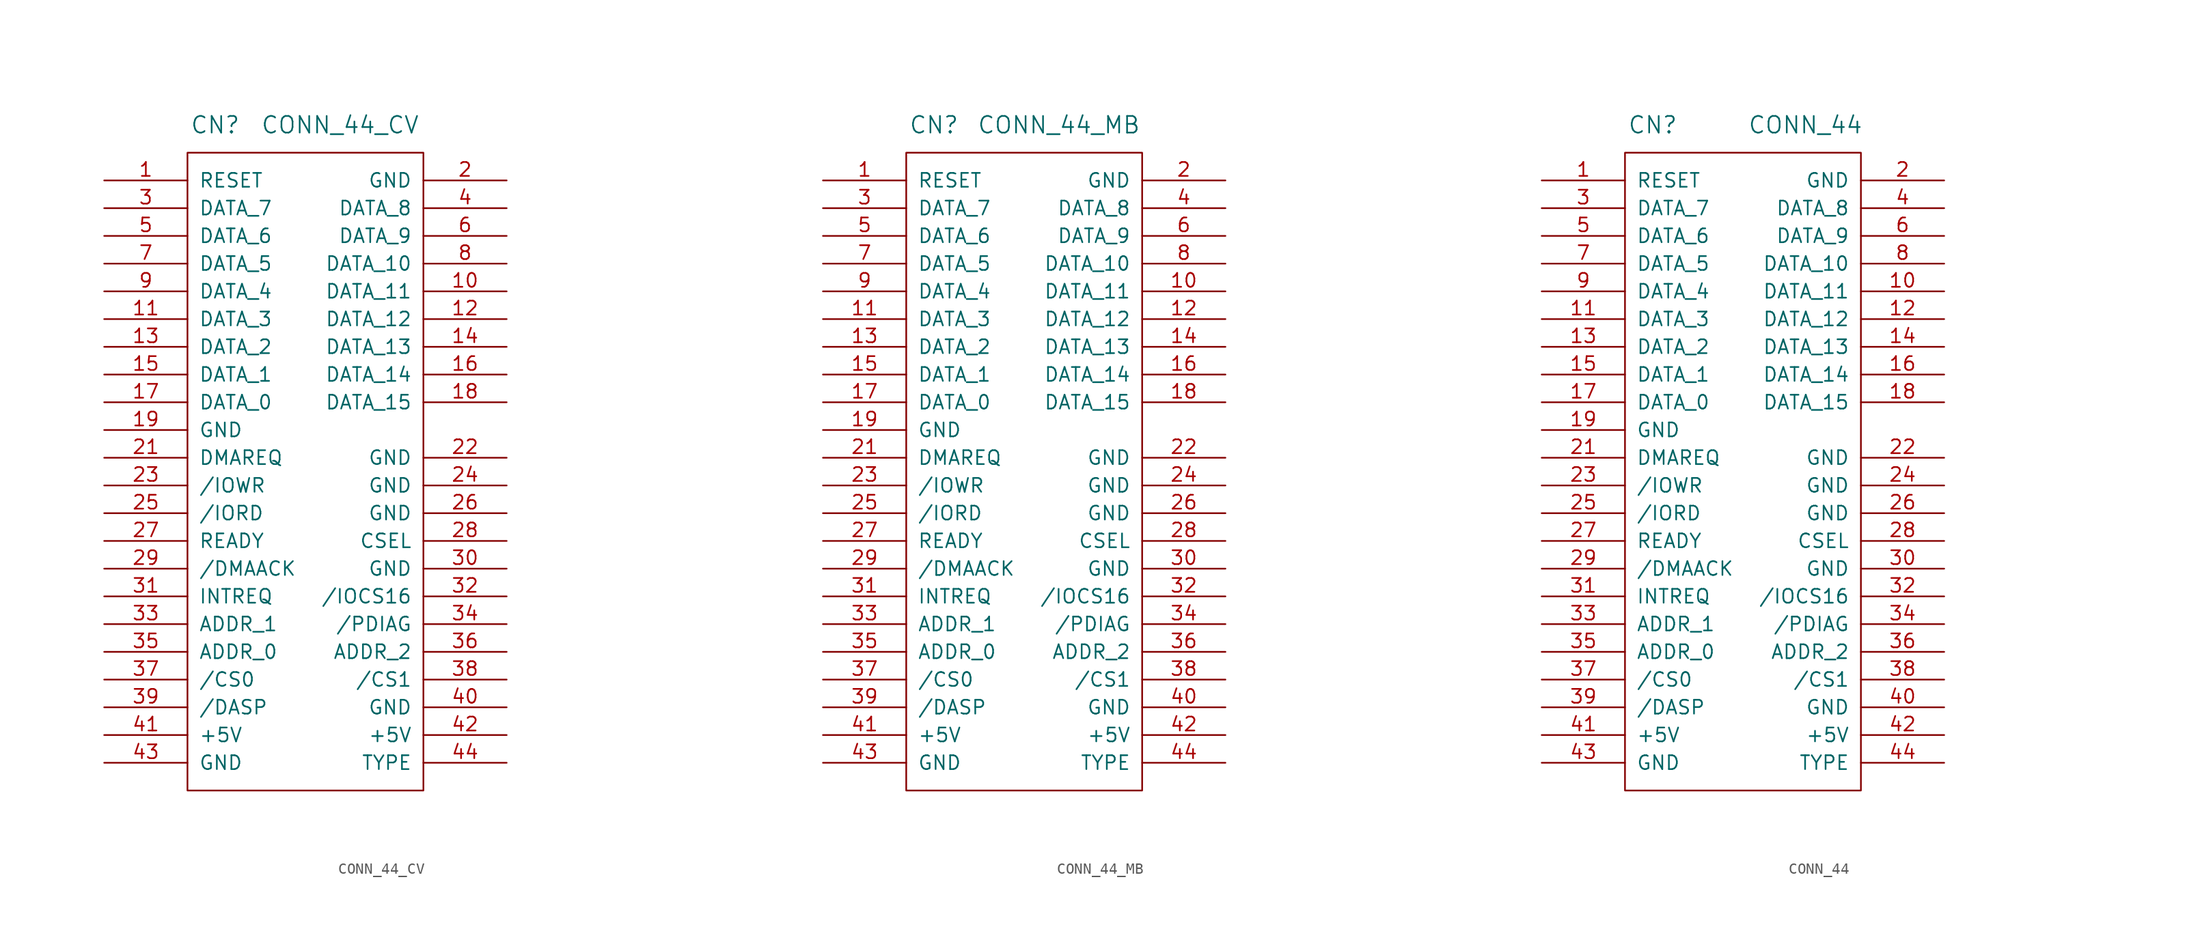
<source format=kicad_sym>
(kicad_symbol_lib
  (version 20211014)
  (generator kicad_symbol_editor)
  (symbol "CONN_44_CV"
    (pin_names
      (offset 1.016))
    (property "Reference" "CN"
      (at -7.62 29.21 0)
      (effects (font (size 1.524 1.524))))
    (property "Value" "CONN_44_CV"
      (at 3.81 29.21 0)
      (effects (font (size 1.524 1.524))))
    (property "Footprint" ""
      (at 33.02 27.94 0)
      (effects (font (size 1.524 1.524))))
    (property "Datasheet" ""
      (at 33.02 27.94 0)
      (effects (font (size 1.524 1.524))))
    (symbol "CONN_44_CV_0_1"
      (rectangle (start -10.16 -31.75) (end 11.43 26.67) (stroke (width 0) (type default) (color 0 0 0 0)) (fill (type none))))
    (symbol "CONN_44_CV_1_1"
      (pin passive line (at -17.78 24.13 0) (length 7.62) (name "RESET" (effects (font (size 1.27 1.27)))) (number "1" (effects (font (size 1.27 1.27)))))
      (pin passive line (at 19.05 13.97 180) (length 7.62) (name "DATA_11" (effects (font (size 1.27 1.27)))) (number "10" (effects (font (size 1.27 1.27)))))
      (pin passive line (at -17.78 11.43 0) (length 7.62) (name "DATA_3" (effects (font (size 1.27 1.27)))) (number "11" (effects (font (size 1.27 1.27)))))
      (pin passive line (at 19.05 11.43 180) (length 7.62) (name "DATA_12" (effects (font (size 1.27 1.27)))) (number "12" (effects (font (size 1.27 1.27)))))
      (pin passive line (at -17.78 8.89 0) (length 7.62) (name "DATA_2" (effects (font (size 1.27 1.27)))) (number "13" (effects (font (size 1.27 1.27)))))
      (pin passive line (at 19.05 8.89 180) (length 7.62) (name "DATA_13" (effects (font (size 1.27 1.27)))) (number "14" (effects (font (size 1.27 1.27)))))
      (pin passive line (at -17.78 6.35 0) (length 7.62) (name "DATA_1" (effects (font (size 1.27 1.27)))) (number "15" (effects (font (size 1.27 1.27)))))
      (pin passive line (at 19.05 6.35 180) (length 7.62) (name "DATA_14" (effects (font (size 1.27 1.27)))) (number "16" (effects (font (size 1.27 1.27)))))
      (pin passive line (at -17.78 3.81 0) (length 7.62) (name "DATA_0" (effects (font (size 1.27 1.27)))) (number "17" (effects (font (size 1.27 1.27)))))
      (pin passive line (at 19.05 3.81 180) (length 7.62) (name "DATA_15" (effects (font (size 1.27 1.27)))) (number "18" (effects (font (size 1.27 1.27)))))
      (pin passive line (at -17.78 1.27 0) (length 7.62) (name "GND" (effects (font (size 1.27 1.27)))) (number "19" (effects (font (size 1.27 1.27)))))
      (pin passive line (at 19.05 24.13 180) (length 7.62) (name "GND" (effects (font (size 1.27 1.27)))) (number "2" (effects (font (size 1.27 1.27)))))
      (pin passive line (at -17.78 -1.27 0) (length 7.62) (name "DMAREQ" (effects (font (size 1.27 1.27)))) (number "21" (effects (font (size 1.27 1.27)))))
      (pin passive line (at 19.05 -1.27 180) (length 7.62) (name "GND" (effects (font (size 1.27 1.27)))) (number "22" (effects (font (size 1.27 1.27)))))
      (pin passive line (at -17.78 -3.81 0) (length 7.62) (name "/IOWR" (effects (font (size 1.27 1.27)))) (number "23" (effects (font (size 1.27 1.27)))))
      (pin passive line (at 19.05 -3.81 180) (length 7.62) (name "GND" (effects (font (size 1.27 1.27)))) (number "24" (effects (font (size 1.27 1.27)))))
      (pin passive line (at -17.78 -6.35 0) (length 7.62) (name "/IORD" (effects (font (size 1.27 1.27)))) (number "25" (effects (font (size 1.27 1.27)))))
      (pin passive line (at 19.05 -6.35 180) (length 7.62) (name "GND" (effects (font (size 1.27 1.27)))) (number "26" (effects (font (size 1.27 1.27)))))
      (pin passive line (at -17.78 -8.89 0) (length 7.62) (name "READY" (effects (font (size 1.27 1.27)))) (number "27" (effects (font (size 1.27 1.27)))))
      (pin passive line (at 19.05 -8.89 180) (length 7.62) (name "CSEL" (effects (font (size 1.27 1.27)))) (number "28" (effects (font (size 1.27 1.27)))))
      (pin passive line (at -17.78 -11.43 0) (length 7.62) (name "/DMAACK" (effects (font (size 1.27 1.27)))) (number "29" (effects (font (size 1.27 1.27)))))
      (pin passive line (at -17.78 21.59 0) (length 7.62) (name "DATA_7" (effects (font (size 1.27 1.27)))) (number "3" (effects (font (size 1.27 1.27)))))
      (pin passive line (at 19.05 -11.43 180) (length 7.62) (name "GND" (effects (font (size 1.27 1.27)))) (number "30" (effects (font (size 1.27 1.27)))))
      (pin passive line (at -17.78 -13.97 0) (length 7.62) (name "INTREQ" (effects (font (size 1.27 1.27)))) (number "31" (effects (font (size 1.27 1.27)))))
      (pin passive line (at 19.05 -13.97 180) (length 7.62) (name "/IOCS16" (effects (font (size 1.27 1.27)))) (number "32" (effects (font (size 1.27 1.27)))))
      (pin passive line (at -17.78 -16.51 0) (length 7.62) (name "ADDR_1" (effects (font (size 1.27 1.27)))) (number "33" (effects (font (size 1.27 1.27)))))
      (pin passive line (at 19.05 -16.51 180) (length 7.62) (name "/PDIAG" (effects (font (size 1.27 1.27)))) (number "34" (effects (font (size 1.27 1.27)))))
      (pin passive line (at -17.78 -19.05 0) (length 7.62) (name "ADDR_0" (effects (font (size 1.27 1.27)))) (number "35" (effects (font (size 1.27 1.27)))))
      (pin passive line (at 19.05 -19.05 180) (length 7.62) (name "ADDR_2" (effects (font (size 1.27 1.27)))) (number "36" (effects (font (size 1.27 1.27)))))
      (pin passive line (at -17.78 -21.59 0) (length 7.62) (name "/CS0" (effects (font (size 1.27 1.27)))) (number "37" (effects (font (size 1.27 1.27)))))
      (pin passive line (at 19.05 -21.59 180) (length 7.62) (name "/CS1" (effects (font (size 1.27 1.27)))) (number "38" (effects (font (size 1.27 1.27)))))
      (pin output line (at -17.78 -24.13 0) (length 7.62) (name "/DASP" (effects (font (size 1.27 1.27)))) (number "39" (effects (font (size 1.27 1.27)))))
      (pin passive line (at 19.05 21.59 180) (length 7.62) (name "DATA_8" (effects (font (size 1.27 1.27)))) (number "4" (effects (font (size 1.27 1.27)))))
      (pin passive line (at 19.05 -24.13 180) (length 7.62) (name "GND" (effects (font (size 1.27 1.27)))) (number "40" (effects (font (size 1.27 1.27)))))
      (pin power_in line (at -17.78 -26.67 0) (length 7.62) (name "+5V" (effects (font (size 1.27 1.27)))) (number "41" (effects (font (size 1.27 1.27)))))
      (pin passive line (at 19.05 -26.67 180) (length 7.62) (name "+5V" (effects (font (size 1.27 1.27)))) (number "42" (effects (font (size 1.27 1.27)))))
      (pin power_in line (at -17.78 -29.21 0) (length 7.62) (name "GND" (effects (font (size 1.27 1.27)))) (number "43" (effects (font (size 1.27 1.27)))))
      (pin passive line (at 19.05 -29.21 180) (length 7.62) (name "TYPE" (effects (font (size 1.27 1.27)))) (number "44" (effects (font (size 1.27 1.27)))))
      (pin passive line (at -17.78 19.05 0) (length 7.62) (name "DATA_6" (effects (font (size 1.27 1.27)))) (number "5" (effects (font (size 1.27 1.27)))))
      (pin passive line (at 19.05 19.05 180) (length 7.62) (name "DATA_9" (effects (font (size 1.27 1.27)))) (number "6" (effects (font (size 1.27 1.27)))))
      (pin passive line (at -17.78 16.51 0) (length 7.62) (name "DATA_5" (effects (font (size 1.27 1.27)))) (number "7" (effects (font (size 1.27 1.27)))))
      (pin passive line (at 19.05 16.51 180) (length 7.62) (name "DATA_10" (effects (font (size 1.27 1.27)))) (number "8" (effects (font (size 1.27 1.27)))))
      (pin passive line (at -17.78 13.97 0) (length 7.62) (name "DATA_4" (effects (font (size 1.27 1.27)))) (number "9" (effects (font (size 1.27 1.27)))))))
  (symbol "CONN_44_MB"
    (pin_names
      (offset 1.016))
    (property "Reference" "CN"
      (at -7.62 29.21 0)
      (effects (font (size 1.524 1.524))))
    (property "Value" "CONN_44_MB"
      (at 3.81 29.21 0)
      (effects (font (size 1.524 1.524))))
    (property "Footprint" ""
      (at 33.02 27.94 0)
      (effects (font (size 1.524 1.524))))
    (property "Datasheet" ""
      (at 33.02 27.94 0)
      (effects (font (size 1.524 1.524))))
    (symbol "CONN_44_MB_0_1"
      (rectangle (start -10.16 -31.75) (end 11.43 26.67) (stroke (width 0) (type default) (color 0 0 0 0)) (fill (type none))))
    (symbol "CONN_44_MB_1_1"
      (pin passive line (at -17.78 24.13 0) (length 7.62) (name "RESET" (effects (font (size 1.27 1.27)))) (number "1" (effects (font (size 1.27 1.27)))))
      (pin passive line (at 19.05 13.97 180) (length 7.62) (name "DATA_11" (effects (font (size 1.27 1.27)))) (number "10" (effects (font (size 1.27 1.27)))))
      (pin passive line (at -17.78 11.43 0) (length 7.62) (name "DATA_3" (effects (font (size 1.27 1.27)))) (number "11" (effects (font (size 1.27 1.27)))))
      (pin passive line (at 19.05 11.43 180) (length 7.62) (name "DATA_12" (effects (font (size 1.27 1.27)))) (number "12" (effects (font (size 1.27 1.27)))))
      (pin passive line (at -17.78 8.89 0) (length 7.62) (name "DATA_2" (effects (font (size 1.27 1.27)))) (number "13" (effects (font (size 1.27 1.27)))))
      (pin passive line (at 19.05 8.89 180) (length 7.62) (name "DATA_13" (effects (font (size 1.27 1.27)))) (number "14" (effects (font (size 1.27 1.27)))))
      (pin passive line (at -17.78 6.35 0) (length 7.62) (name "DATA_1" (effects (font (size 1.27 1.27)))) (number "15" (effects (font (size 1.27 1.27)))))
      (pin passive line (at 19.05 6.35 180) (length 7.62) (name "DATA_14" (effects (font (size 1.27 1.27)))) (number "16" (effects (font (size 1.27 1.27)))))
      (pin passive line (at -17.78 3.81 0) (length 7.62) (name "DATA_0" (effects (font (size 1.27 1.27)))) (number "17" (effects (font (size 1.27 1.27)))))
      (pin passive line (at 19.05 3.81 180) (length 7.62) (name "DATA_15" (effects (font (size 1.27 1.27)))) (number "18" (effects (font (size 1.27 1.27)))))
      (pin passive line (at -17.78 1.27 0) (length 7.62) (name "GND" (effects (font (size 1.27 1.27)))) (number "19" (effects (font (size 1.27 1.27)))))
      (pin passive line (at 19.05 24.13 180) (length 7.62) (name "GND" (effects (font (size 1.27 1.27)))) (number "2" (effects (font (size 1.27 1.27)))))
      (pin passive line (at -17.78 -1.27 0) (length 7.62) (name "DMAREQ" (effects (font (size 1.27 1.27)))) (number "21" (effects (font (size 1.27 1.27)))))
      (pin passive line (at 19.05 -1.27 180) (length 7.62) (name "GND" (effects (font (size 1.27 1.27)))) (number "22" (effects (font (size 1.27 1.27)))))
      (pin passive line (at -17.78 -3.81 0) (length 7.62) (name "/IOWR" (effects (font (size 1.27 1.27)))) (number "23" (effects (font (size 1.27 1.27)))))
      (pin passive line (at 19.05 -3.81 180) (length 7.62) (name "GND" (effects (font (size 1.27 1.27)))) (number "24" (effects (font (size 1.27 1.27)))))
      (pin passive line (at -17.78 -6.35 0) (length 7.62) (name "/IORD" (effects (font (size 1.27 1.27)))) (number "25" (effects (font (size 1.27 1.27)))))
      (pin passive line (at 19.05 -6.35 180) (length 7.62) (name "GND" (effects (font (size 1.27 1.27)))) (number "26" (effects (font (size 1.27 1.27)))))
      (pin passive line (at -17.78 -8.89 0) (length 7.62) (name "READY" (effects (font (size 1.27 1.27)))) (number "27" (effects (font (size 1.27 1.27)))))
      (pin passive line (at 19.05 -8.89 180) (length 7.62) (name "CSEL" (effects (font (size 1.27 1.27)))) (number "28" (effects (font (size 1.27 1.27)))))
      (pin passive line (at -17.78 -11.43 0) (length 7.62) (name "/DMAACK" (effects (font (size 1.27 1.27)))) (number "29" (effects (font (size 1.27 1.27)))))
      (pin passive line (at -17.78 21.59 0) (length 7.62) (name "DATA_7" (effects (font (size 1.27 1.27)))) (number "3" (effects (font (size 1.27 1.27)))))
      (pin passive line (at 19.05 -11.43 180) (length 7.62) (name "GND" (effects (font (size 1.27 1.27)))) (number "30" (effects (font (size 1.27 1.27)))))
      (pin passive line (at -17.78 -13.97 0) (length 7.62) (name "INTREQ" (effects (font (size 1.27 1.27)))) (number "31" (effects (font (size 1.27 1.27)))))
      (pin passive line (at 19.05 -13.97 180) (length 7.62) (name "/IOCS16" (effects (font (size 1.27 1.27)))) (number "32" (effects (font (size 1.27 1.27)))))
      (pin passive line (at -17.78 -16.51 0) (length 7.62) (name "ADDR_1" (effects (font (size 1.27 1.27)))) (number "33" (effects (font (size 1.27 1.27)))))
      (pin passive line (at 19.05 -16.51 180) (length 7.62) (name "/PDIAG" (effects (font (size 1.27 1.27)))) (number "34" (effects (font (size 1.27 1.27)))))
      (pin passive line (at -17.78 -19.05 0) (length 7.62) (name "ADDR_0" (effects (font (size 1.27 1.27)))) (number "35" (effects (font (size 1.27 1.27)))))
      (pin passive line (at 19.05 -19.05 180) (length 7.62) (name "ADDR_2" (effects (font (size 1.27 1.27)))) (number "36" (effects (font (size 1.27 1.27)))))
      (pin passive line (at -17.78 -21.59 0) (length 7.62) (name "/CS0" (effects (font (size 1.27 1.27)))) (number "37" (effects (font (size 1.27 1.27)))))
      (pin passive line (at 19.05 -21.59 180) (length 7.62) (name "/CS1" (effects (font (size 1.27 1.27)))) (number "38" (effects (font (size 1.27 1.27)))))
      (pin input line (at -17.78 -24.13 0) (length 7.62) (name "/DASP" (effects (font (size 1.27 1.27)))) (number "39" (effects (font (size 1.27 1.27)))))
      (pin passive line (at 19.05 21.59 180) (length 7.62) (name "DATA_8" (effects (font (size 1.27 1.27)))) (number "4" (effects (font (size 1.27 1.27)))))
      (pin passive line (at 19.05 -24.13 180) (length 7.62) (name "GND" (effects (font (size 1.27 1.27)))) (number "40" (effects (font (size 1.27 1.27)))))
      (pin power_out line (at -17.78 -26.67 0) (length 7.62) (name "+5V" (effects (font (size 1.27 1.27)))) (number "41" (effects (font (size 1.27 1.27)))))
      (pin passive line (at 19.05 -26.67 180) (length 7.62) (name "+5V" (effects (font (size 1.27 1.27)))) (number "42" (effects (font (size 1.27 1.27)))))
      (pin power_out line (at -17.78 -29.21 0) (length 7.62) (name "GND" (effects (font (size 1.27 1.27)))) (number "43" (effects (font (size 1.27 1.27)))))
      (pin passive line (at 19.05 -29.21 180) (length 7.62) (name "TYPE" (effects (font (size 1.27 1.27)))) (number "44" (effects (font (size 1.27 1.27)))))
      (pin passive line (at -17.78 19.05 0) (length 7.62) (name "DATA_6" (effects (font (size 1.27 1.27)))) (number "5" (effects (font (size 1.27 1.27)))))
      (pin passive line (at 19.05 19.05 180) (length 7.62) (name "DATA_9" (effects (font (size 1.27 1.27)))) (number "6" (effects (font (size 1.27 1.27)))))
      (pin passive line (at -17.78 16.51 0) (length 7.62) (name "DATA_5" (effects (font (size 1.27 1.27)))) (number "7" (effects (font (size 1.27 1.27)))))
      (pin passive line (at 19.05 16.51 180) (length 7.62) (name "DATA_10" (effects (font (size 1.27 1.27)))) (number "8" (effects (font (size 1.27 1.27)))))
      (pin passive line (at -17.78 13.97 0) (length 7.62) (name "DATA_4" (effects (font (size 1.27 1.27)))) (number "9" (effects (font (size 1.27 1.27)))))))
  (symbol "CONN_44"
    (pin_names
      (offset 1.016))
    (property "Reference" "CN"
      (at -7.62 29.21 0)
      (effects (font (size 1.524 1.524))))
    (property "Value" "CONN_44"
      (at 6.35 29.21 0)
      (effects (font (size 1.524 1.524))))
    (property "Footprint" ""
      (at 33.02 27.94 0)
      (effects (font (size 1.524 1.524))))
    (property "Datasheet" ""
      (at 33.02 27.94 0)
      (effects (font (size 1.524 1.524))))
    (symbol "CONN_44_0_1"
      (rectangle (start -10.16 -31.75) (end 11.43 26.67) (stroke (width 0) (type default) (color 0 0 0 0)) (fill (type none))))
    (symbol "CONN_44_1_1"
      (pin passive line (at -17.78 24.13 0) (length 7.62) (name "RESET" (effects (font (size 1.27 1.27)))) (number "1" (effects (font (size 1.27 1.27)))))
      (pin passive line (at 19.05 13.97 180) (length 7.62) (name "DATA_11" (effects (font (size 1.27 1.27)))) (number "10" (effects (font (size 1.27 1.27)))))
      (pin passive line (at -17.78 11.43 0) (length 7.62) (name "DATA_3" (effects (font (size 1.27 1.27)))) (number "11" (effects (font (size 1.27 1.27)))))
      (pin passive line (at 19.05 11.43 180) (length 7.62) (name "DATA_12" (effects (font (size 1.27 1.27)))) (number "12" (effects (font (size 1.27 1.27)))))
      (pin passive line (at -17.78 8.89 0) (length 7.62) (name "DATA_2" (effects (font (size 1.27 1.27)))) (number "13" (effects (font (size 1.27 1.27)))))
      (pin passive line (at 19.05 8.89 180) (length 7.62) (name "DATA_13" (effects (font (size 1.27 1.27)))) (number "14" (effects (font (size 1.27 1.27)))))
      (pin passive line (at -17.78 6.35 0) (length 7.62) (name "DATA_1" (effects (font (size 1.27 1.27)))) (number "15" (effects (font (size 1.27 1.27)))))
      (pin passive line (at 19.05 6.35 180) (length 7.62) (name "DATA_14" (effects (font (size 1.27 1.27)))) (number "16" (effects (font (size 1.27 1.27)))))
      (pin passive line (at -17.78 3.81 0) (length 7.62) (name "DATA_0" (effects (font (size 1.27 1.27)))) (number "17" (effects (font (size 1.27 1.27)))))
      (pin passive line (at 19.05 3.81 180) (length 7.62) (name "DATA_15" (effects (font (size 1.27 1.27)))) (number "18" (effects (font (size 1.27 1.27)))))
      (pin passive line (at -17.78 1.27 0) (length 7.62) (name "GND" (effects (font (size 1.27 1.27)))) (number "19" (effects (font (size 1.27 1.27)))))
      (pin passive line (at 19.05 24.13 180) (length 7.62) (name "GND" (effects (font (size 1.27 1.27)))) (number "2" (effects (font (size 1.27 1.27)))))
      (pin passive line (at -17.78 -1.27 0) (length 7.62) (name "DMAREQ" (effects (font (size 1.27 1.27)))) (number "21" (effects (font (size 1.27 1.27)))))
      (pin passive line (at 19.05 -1.27 180) (length 7.62) (name "GND" (effects (font (size 1.27 1.27)))) (number "22" (effects (font (size 1.27 1.27)))))
      (pin passive line (at -17.78 -3.81 0) (length 7.62) (name "/IOWR" (effects (font (size 1.27 1.27)))) (number "23" (effects (font (size 1.27 1.27)))))
      (pin passive line (at 19.05 -3.81 180) (length 7.62) (name "GND" (effects (font (size 1.27 1.27)))) (number "24" (effects (font (size 1.27 1.27)))))
      (pin passive line (at -17.78 -6.35 0) (length 7.62) (name "/IORD" (effects (font (size 1.27 1.27)))) (number "25" (effects (font (size 1.27 1.27)))))
      (pin passive line (at 19.05 -6.35 180) (length 7.62) (name "GND" (effects (font (size 1.27 1.27)))) (number "26" (effects (font (size 1.27 1.27)))))
      (pin passive line (at -17.78 -8.89 0) (length 7.62) (name "READY" (effects (font (size 1.27 1.27)))) (number "27" (effects (font (size 1.27 1.27)))))
      (pin passive line (at 19.05 -8.89 180) (length 7.62) (name "CSEL" (effects (font (size 1.27 1.27)))) (number "28" (effects (font (size 1.27 1.27)))))
      (pin passive line (at -17.78 -11.43 0) (length 7.62) (name "/DMAACK" (effects (font (size 1.27 1.27)))) (number "29" (effects (font (size 1.27 1.27)))))
      (pin passive line (at -17.78 21.59 0) (length 7.62) (name "DATA_7" (effects (font (size 1.27 1.27)))) (number "3" (effects (font (size 1.27 1.27)))))
      (pin passive line (at 19.05 -11.43 180) (length 7.62) (name "GND" (effects (font (size 1.27 1.27)))) (number "30" (effects (font (size 1.27 1.27)))))
      (pin passive line (at -17.78 -13.97 0) (length 7.62) (name "INTREQ" (effects (font (size 1.27 1.27)))) (number "31" (effects (font (size 1.27 1.27)))))
      (pin passive line (at 19.05 -13.97 180) (length 7.62) (name "/IOCS16" (effects (font (size 1.27 1.27)))) (number "32" (effects (font (size 1.27 1.27)))))
      (pin passive line (at -17.78 -16.51 0) (length 7.62) (name "ADDR_1" (effects (font (size 1.27 1.27)))) (number "33" (effects (font (size 1.27 1.27)))))
      (pin passive line (at 19.05 -16.51 180) (length 7.62) (name "/PDIAG" (effects (font (size 1.27 1.27)))) (number "34" (effects (font (size 1.27 1.27)))))
      (pin passive line (at -17.78 -19.05 0) (length 7.62) (name "ADDR_0" (effects (font (size 1.27 1.27)))) (number "35" (effects (font (size 1.27 1.27)))))
      (pin passive line (at 19.05 -19.05 180) (length 7.62) (name "ADDR_2" (effects (font (size 1.27 1.27)))) (number "36" (effects (font (size 1.27 1.27)))))
      (pin passive line (at -17.78 -21.59 0) (length 7.62) (name "/CS0" (effects (font (size 1.27 1.27)))) (number "37" (effects (font (size 1.27 1.27)))))
      (pin passive line (at 19.05 -21.59 180) (length 7.62) (name "/CS1" (effects (font (size 1.27 1.27)))) (number "38" (effects (font (size 1.27 1.27)))))
      (pin passive line (at -17.78 -24.13 0) (length 7.62) (name "/DASP" (effects (font (size 1.27 1.27)))) (number "39" (effects (font (size 1.27 1.27)))))
      (pin passive line (at 19.05 21.59 180) (length 7.62) (name "DATA_8" (effects (font (size 1.27 1.27)))) (number "4" (effects (font (size 1.27 1.27)))))
      (pin passive line (at 19.05 -24.13 180) (length 7.62) (name "GND" (effects (font (size 1.27 1.27)))) (number "40" (effects (font (size 1.27 1.27)))))
      (pin passive line (at -17.78 -26.67 0) (length 7.62) (name "+5V" (effects (font (size 1.27 1.27)))) (number "41" (effects (font (size 1.27 1.27)))))
      (pin passive line (at 19.05 -26.67 180) (length 7.62) (name "+5V" (effects (font (size 1.27 1.27)))) (number "42" (effects (font (size 1.27 1.27)))))
      (pin passive line (at -17.78 -29.21 0) (length 7.62) (name "GND" (effects (font (size 1.27 1.27)))) (number "43" (effects (font (size 1.27 1.27)))))
      (pin passive line (at 19.05 -29.21 180) (length 7.62) (name "TYPE" (effects (font (size 1.27 1.27)))) (number "44" (effects (font (size 1.27 1.27)))))
      (pin passive line (at -17.78 19.05 0) (length 7.62) (name "DATA_6" (effects (font (size 1.27 1.27)))) (number "5" (effects (font (size 1.27 1.27)))))
      (pin passive line (at 19.05 19.05 180) (length 7.62) (name "DATA_9" (effects (font (size 1.27 1.27)))) (number "6" (effects (font (size 1.27 1.27)))))
      (pin passive line (at -17.78 16.51 0) (length 7.62) (name "DATA_5" (effects (font (size 1.27 1.27)))) (number "7" (effects (font (size 1.27 1.27)))))
      (pin passive line (at 19.05 16.51 180) (length 7.62) (name "DATA_10" (effects (font (size 1.27 1.27)))) (number "8" (effects (font (size 1.27 1.27)))))
      (pin passive line (at -17.78 13.97 0) (length 7.62) (name "DATA_4" (effects (font (size 1.27 1.27)))) (number "9" (effects (font (size 1.27 1.27))))))))
</source>
